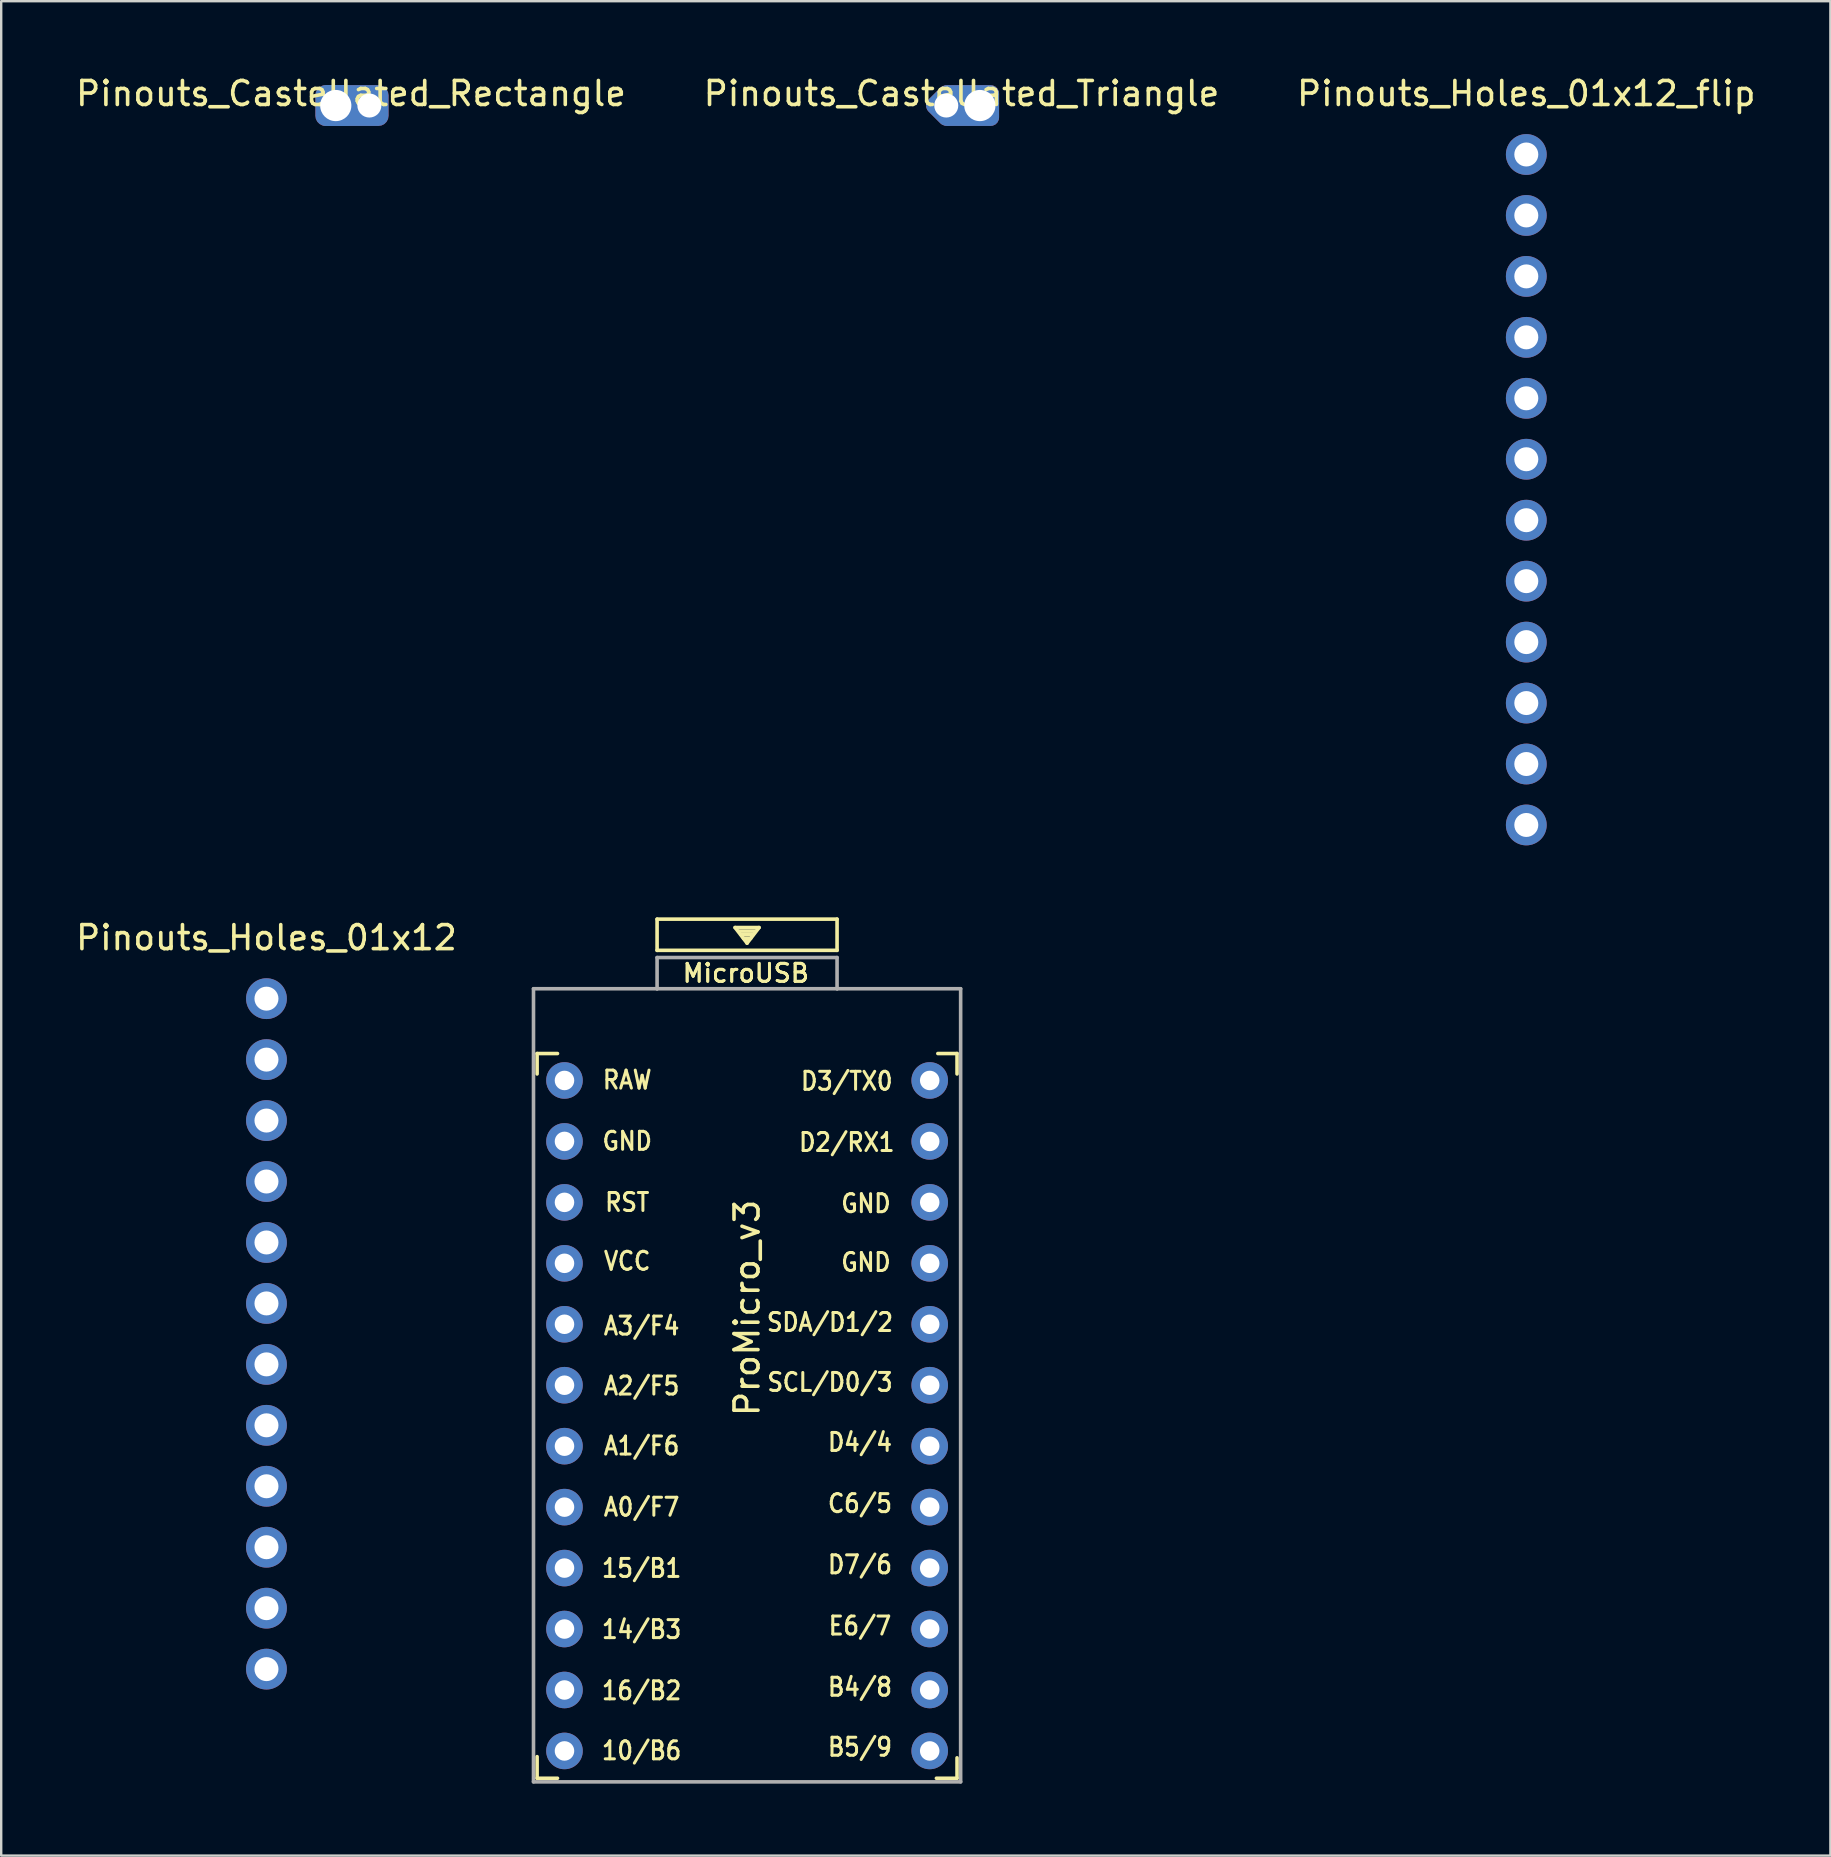
<source format=kicad_pcb>
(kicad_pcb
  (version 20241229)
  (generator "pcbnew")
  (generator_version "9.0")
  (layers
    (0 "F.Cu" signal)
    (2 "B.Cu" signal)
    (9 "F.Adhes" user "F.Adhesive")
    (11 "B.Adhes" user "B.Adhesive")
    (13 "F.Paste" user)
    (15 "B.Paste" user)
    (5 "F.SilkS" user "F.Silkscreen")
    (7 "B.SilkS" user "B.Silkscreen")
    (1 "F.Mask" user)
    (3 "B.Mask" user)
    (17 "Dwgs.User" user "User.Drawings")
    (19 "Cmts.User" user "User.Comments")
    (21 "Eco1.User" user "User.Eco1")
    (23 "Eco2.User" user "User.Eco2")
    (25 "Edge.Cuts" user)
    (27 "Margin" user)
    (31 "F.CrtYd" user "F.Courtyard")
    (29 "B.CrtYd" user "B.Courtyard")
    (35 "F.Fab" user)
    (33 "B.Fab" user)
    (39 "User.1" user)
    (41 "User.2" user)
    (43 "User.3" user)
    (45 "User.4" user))
  (footprint "Pinouts_Castellated_Rectangle"
    (layer "F.Cu")
    (at 11.577 1.348)
    (property "Reference" "Pinouts_Castellated_Rectangle" (at 0 -0.5 0) (unlocked yes) (layer "F.SilkS") (effects (font (size 1 1) (thickness 0.15))))
    (attr through_hole)
    (pad "" thru_hole roundrect (at -0.635 0 180) (size 1.7 1.7) (drill 1.3) (property pad_prop_castellated) (layers "*.Cu" "*.Mask") (roundrect_rratio 0.25))
    (pad "" thru_hole roundrect (at 0.765 0) (size 3 1.7) (drill 1 (offset -0.7 0)) (layers "*.Cu" "*.Mask") (roundrect_rratio 0.25)))
  (footprint "Pinouts_Castellated_Triangle"
    (layer "F.Cu")
    (at 37.018 1.348)
    (property "Reference" "Pinouts_Castellated_Triangle" (at 0 -0.5 0) (unlocked yes) (layer "F.SilkS") (effects (font (size 1 1) (thickness 0.15))))
    (attr through_hole)
    (pad "" thru_hole roundrect (at -0.635 0 45) (size 1.4 1.4) (drill 1) (layers "*.Cu" "*.Mask") (roundrect_rratio 0.25))
    (pad "" thru_hole roundrect (at 0.765 0) (size 2.49 1.7) (drill 1.3 (offset -0.445 0)) (property pad_prop_castellated) (layers "*.Cu" "*.Mask") (roundrect_rratio 0.206)))
  (footprint "Pinouts_Holes_01x12_flip"
    (layer "F.Cu")
    (at 60.554 3.388)
    (property "Reference" "Pinouts_Holes_01x12_flip" (at 0 -2.54 0) (layer "F.SilkS") (effects (font (size 1 1) (thickness 0.15))))
    (attr through_hole)
    (pad "1" thru_hole circle (at 0 0) (size 1.7 1.7) (drill 1) (layers "*.Cu" "*.Mask"))
    (pad "2" thru_hole circle (at 0 2.54) (size 1.7 1.7) (drill 1) (layers "*.Cu" "*.Mask"))
    (pad "3" thru_hole circle (at 0 5.08) (size 1.7 1.7) (drill 1) (layers "*.Cu" "*.Mask"))
    (pad "4" thru_hole circle (at 0 7.62) (size 1.7 1.7) (drill 1) (layers "*.Cu" "*.Mask"))
    (pad "5" thru_hole circle (at 0 10.16) (size 1.7 1.7) (drill 1) (layers "*.Cu" "*.Mask"))
    (pad "6" thru_hole circle (at 0 12.7) (size 1.7 1.7) (drill 1) (layers "*.Cu" "*.Mask"))
    (pad "7" thru_hole circle (at 0 15.24) (size 1.7 1.7) (drill 1) (layers "*.Cu" "*.Mask"))
    (pad "8" thru_hole circle (at 0 17.78) (size 1.7 1.7) (drill 1) (layers "*.Cu" "*.Mask"))
    (pad "9" thru_hole circle (at 0 20.32) (size 1.7 1.7) (drill 1) (layers "*.Cu" "*.Mask"))
    (pad "10" thru_hole circle (at 0 22.86) (size 1.7 1.7) (drill 1) (layers "*.Cu" "*.Mask"))
    (pad "11" thru_hole circle (at 0 25.4) (size 1.7 1.7) (drill 1) (layers "*.Cu" "*.Mask"))
    (pad "12" thru_hole circle (at 0 27.94) (size 1.7 1.7) (drill 1) (layers "*.Cu" "*.Mask")))
  (footprint "Pinouts_Holes_01x12"
    (layer "F.Cu")
    (at 8.054 38.566)
    (property "Reference" "Pinouts_Holes_01x12" (at 0 -2.54 0) (layer "F.SilkS") (effects (font (size 1 1) (thickness 0.15))))
    (attr through_hole)
    (pad "1" thru_hole circle (at 0 0) (size 1.7 1.7) (drill 1) (layers "*.Cu" "*.Mask"))
    (pad "2" thru_hole circle (at 0 2.54) (size 1.7 1.7) (drill 1) (layers "*.Cu" "*.Mask"))
    (pad "3" thru_hole circle (at 0 5.08) (size 1.7 1.7) (drill 1) (layers "*.Cu" "*.Mask"))
    (pad "4" thru_hole circle (at 0 7.62) (size 1.7 1.7) (drill 1) (layers "*.Cu" "*.Mask"))
    (pad "5" thru_hole circle (at 0 10.16) (size 1.7 1.7) (drill 1) (layers "*.Cu" "*.Mask"))
    (pad "6" thru_hole circle (at 0 12.7) (size 1.7 1.7) (drill 1) (layers "*.Cu" "*.Mask"))
    (pad "7" thru_hole circle (at 0 15.24) (size 1.7 1.7) (drill 1) (layers "*.Cu" "*.Mask"))
    (pad "8" thru_hole circle (at 0 17.78) (size 1.7 1.7) (drill 1) (layers "*.Cu" "*.Mask"))
    (pad "9" thru_hole circle (at 0 20.32) (size 1.7 1.7) (drill 1) (layers "*.Cu" "*.Mask"))
    (pad "10" thru_hole circle (at 0 22.86) (size 1.7 1.7) (drill 1) (layers "*.Cu" "*.Mask"))
    (pad "11" thru_hole circle (at 0 25.4) (size 1.7 1.7) (drill 1) (layers "*.Cu" "*.Mask"))
    (pad "12" thru_hole circle (at 0 27.94) (size 1.7 1.7) (drill 1) (layers "*.Cu" "*.Mask")))
  (footprint "ProMicro_v3"
    (layer "F.Cu")
    (at 28.082 56.453)
    (property "Reference" "ProMicro_v3" (at 0 -5 270) (layer "F.SilkS") (effects (font (size 1 1) (thickness 0.15))))
    (attr through_hole)
    (fp_line (start -8.75 -15.6) (end -8.75 -14.75) (stroke (width 0.15) (type solid)) (layer "F.SilkS"))
    (fp_line (start -8.75 -15.6) (end -7.9 -15.6) (stroke (width 0.15) (type solid)) (layer "F.SilkS"))
    (fp_line (start -8.75 13.7) (end -8.75 14.6) (stroke (width 0.15) (type solid)) (layer "F.SilkS"))
    (fp_line (start -8.75 14.6) (end -7.9 14.6) (stroke (width 0.15) (type solid)) (layer "F.SilkS"))
    (fp_line (start -3.75 -21.2) (end -3.75 -19.9) (stroke (width 0.15) (type solid)) (layer "F.SilkS"))
    (fp_line (start -3.75 -19.9) (end 3.75 -19.9) (stroke (width 0.15) (type solid)) (layer "F.SilkS"))
    (fp_line (start -0.5 -20.85) (end 0.5 -20.85) (stroke (width 0.15) (type solid)) (layer "F.SilkS"))
    (fp_line (start -0.35 -20.7) (end 0.35 -20.7) (stroke (width 0.15) (type solid)) (layer "F.SilkS"))
    (fp_line (start -0.25 -20.55) (end 0.25 -20.55) (stroke (width 0.15) (type solid)) (layer "F.SilkS"))
    (fp_line (start -0.15 -20.4) (end 0.15 -20.4) (stroke (width 0.15) (type solid)) (layer "F.SilkS"))
    (fp_line (start 0 -20.2) (end -0.5 -20.85) (stroke (width 0.15) (type solid)) (layer "F.SilkS"))
    (fp_line (start 0.5 -20.85) (end 0 -20.2) (stroke (width 0.15) (type solid)) (layer "F.SilkS"))
    (fp_line (start 3.75 -21.2) (end -3.75 -21.2) (stroke (width 0.15) (type solid)) (layer "F.SilkS"))
    (fp_line (start 3.75 -19.9) (end 3.75 -21.2) (stroke (width 0.15) (type solid)) (layer "F.SilkS"))
    (fp_line (start 8.75 -15.6) (end 7.95 -15.6) (stroke (width 0.15) (type solid)) (layer "F.SilkS"))
    (fp_line (start 8.75 -15.6) (end 8.75 -14.75) (stroke (width 0.15) (type solid)) (layer "F.SilkS"))
    (fp_line (start 8.75 13.75) (end 8.75 14.6) (stroke (width 0.15) (type solid)) (layer "F.SilkS"))
    (fp_line (start 8.75 14.6) (end 7.89 14.6) (stroke (width 0.15) (type solid)) (layer "F.SilkS"))
    (fp_line (start -8.9 -18.3) (end -3.75 -18.3) (stroke (width 0.15) (type solid)) (layer "F.Fab"))
    (fp_line (start -8.9 14.75) (end -8.9 -18.3) (stroke (width 0.15) (type solid)) (layer "F.Fab"))
    (fp_line (start -3.75 -19.6) (end -3.75 -18.299) (stroke (width 0.15) (type solid)) (layer "F.Fab"))
    (fp_line (start -3.75 -19.6) (end 3.75 -19.6) (stroke (width 0.15) (type solid)) (layer "F.Fab"))
    (fp_line (start -3.75 -18.3) (end 3.75 -18.3) (stroke (width 0.15) (type solid)) (layer "F.Fab"))
    (fp_line (start 3.75 -19.6) (end 3.75 -18.3) (stroke (width 0.15) (type solid)) (layer "F.Fab"))
    (fp_line (start 3.76 -18.3) (end 8.9 -18.3) (stroke (width 0.15) (type solid)) (layer "F.Fab"))
    (fp_line (start 8.9 -18.3) (end 8.9 14.75) (stroke (width 0.15) (type solid)) (layer "F.Fab"))
    (fp_line (start 8.9 14.75) (end -8.9 14.75) (stroke (width 0.15) (type solid)) (layer "F.Fab"))
    (fp_text user "A0/F7" (at -4.395 3.3 0) (unlocked yes) (layer "F.SilkS") (effects (font (size 0.75 0.67) (thickness 0.125))))
    (fp_text user "B5/9" (at 4.705 13.3 0) (unlocked yes) (layer "F.SilkS") (effects (font (size 0.75 0.67) (thickness 0.125))))
    (fp_text user "A2/F5" (at -4.395 -1.75 0) (unlocked yes) (layer "F.SilkS") (effects (font (size 0.75 0.67) (thickness 0.125))))
    (fp_text user "C6/5" (at 4.705 3.15 0) (unlocked yes) (layer "F.SilkS") (effects (font (size 0.75 0.67) (thickness 0.125))))
    (fp_text user "D4/4" (at 4.705 0.6 0) (unlocked yes) (layer "F.SilkS") (effects (font (size 0.75 0.67) (thickness 0.125))))
    (fp_text user "GND" (at 4.955 -9.35 0) (unlocked yes) (layer "F.SilkS") (effects (font (size 0.75 0.67) (thickness 0.125))))
    (fp_text user "VCC" (at -4.995 -6.95 0) (unlocked yes) (layer "F.SilkS") (effects (font (size 0.75 0.67) (thickness 0.125))))
    (fp_text user "15/B1" (at -4.395 5.85 0) (unlocked yes) (layer "F.SilkS") (effects (font (size 0.75 0.67) (thickness 0.125))))
    (fp_text user "RAW" (at -4.995 -14.5 0) (unlocked yes) (layer "F.SilkS") (effects (font (size 0.75 0.67) (thickness 0.125))))
    (fp_text user "MicroUSB" (at -0.05 -18.95 0) (layer "F.SilkS") (effects (font (size 0.75 0.75) (thickness 0.12))))
    (fp_text user "A1/F6" (at -4.395 0.75 0) (unlocked yes) (layer "F.SilkS") (effects (font (size 0.75 0.67) (thickness 0.125))))
    (fp_text user "B4/8" (at 4.705 10.8 0) (unlocked yes) (layer "F.SilkS") (effects (font (size 0.75 0.67) (thickness 0.125))))
    (fp_text user "10/B6" (at -4.395 13.45 0) (unlocked yes) (layer "F.SilkS") (effects (font (size 0.75 0.67) (thickness 0.125))))
    (fp_text user "14/B3" (at -4.395 8.4 0) (unlocked yes) (layer "F.SilkS") (effects (font (size 0.75 0.67) (thickness 0.125))))
    (fp_text user "A3/F4" (at -4.395 -4.25 0) (unlocked yes) (layer "F.SilkS") (effects (font (size 0.75 0.67) (thickness 0.125))))
    (fp_text user "16/B2" (at -4.395 10.95 0) (unlocked yes) (layer "F.SilkS") (effects (font (size 0.75 0.67) (thickness 0.125))))
    (fp_text user "D3/TX0" (at 4.155 -14.45 0) (unlocked yes) (layer "F.SilkS") (effects (font (size 0.75 0.67) (thickness 0.125))))
    (fp_text user "D7/6" (at 4.705 5.7 0) (unlocked yes) (layer "F.SilkS") (effects (font (size 0.75 0.67) (thickness 0.125))))
    (fp_text user "GND" (at 4.955 -6.9 0) (unlocked yes) (layer "F.SilkS") (effects (font (size 0.75 0.67) (thickness 0.125))))
    (fp_text user "RST" (at -4.995 -9.4 0) (unlocked yes) (layer "F.SilkS") (effects (font (size 0.75 0.67) (thickness 0.125))))
    (fp_text user "SDA/D1/2" (at 3.455 -4.4 0) (unlocked yes) (layer "F.SilkS") (effects (font (size 0.75 0.67) (thickness 0.125))))
    (fp_text user "D2/RX1" (at 4.155 -11.9 0) (unlocked yes) (layer "F.SilkS") (effects (font (size 0.75 0.67) (thickness 0.125))))
    (fp_text user "E6/7" (at 4.705 8.25 0) (unlocked yes) (layer "F.SilkS") (effects (font (size 0.75 0.67) (thickness 0.125))))
    (fp_text user "GND" (at -4.995 -11.95 0) (unlocked yes) (layer "F.SilkS") (effects (font (size 0.75 0.67) (thickness 0.125))))
    (fp_text user "SCL/D0/3" (at 3.455 -1.9 0) (unlocked yes) (layer "F.SilkS") (effects (font (size 0.75 0.67) (thickness 0.125))))
    (fp_text user "MicroUSB" (at -0.05 -18.95 0) (layer "F.SilkS") (effects (font (size 0.75 0.75) (thickness 0.12))))
    (pad "1" thru_hole circle (at 7.611 -14.478) (size 1.524 1.524) (drill 0.813) (layers "*.Cu" "B.Mask"))
    (pad "2" thru_hole circle (at 7.611 -11.938) (size 1.524 1.524) (drill 0.813) (layers "*.Cu" "B.Mask"))
    (pad "3" thru_hole circle (at 7.611 -9.398) (size 1.524 1.524) (drill 0.813) (layers "*.Cu" "B.Mask"))
    (pad "4" thru_hole circle (at 7.611 -6.858) (size 1.524 1.524) (drill 0.813) (layers "*.Cu" "B.Mask"))
    (pad "5" thru_hole circle (at 7.611 -4.318) (size 1.524 1.524) (drill 0.813) (layers "*.Cu" "B.Mask"))
    (pad "6" thru_hole circle (at 7.611 -1.778) (size 1.524 1.524) (drill 0.813) (layers "*.Cu" "B.Mask"))
    (pad "7" thru_hole circle (at 7.611 0.762) (size 1.524 1.524) (drill 0.813) (layers "*.Cu" "B.Mask"))
    (pad "8" thru_hole circle (at 7.611 3.302) (size 1.524 1.524) (drill 0.813) (layers "*.Cu" "B.Mask"))
    (pad "9" thru_hole circle (at 7.611 5.842) (size 1.524 1.524) (drill 0.813) (layers "*.Cu" "B.Mask"))
    (pad "10" thru_hole circle (at 7.611 8.382) (size 1.524 1.524) (drill 0.813) (layers "*.Cu" "B.Mask"))
    (pad "11" thru_hole circle (at 7.611 10.922) (size 1.524 1.524) (drill 0.813) (layers "*.Cu" "B.Mask"))
    (pad "12" thru_hole circle (at 7.611 13.462) (size 1.524 1.524) (drill 0.813) (layers "*.Cu" "B.Mask"))
    (pad "13" thru_hole circle (at -7.609 13.462) (size 1.524 1.524) (drill 0.813) (layers "*.Cu" "B.Mask"))
    (pad "14" thru_hole circle (at -7.609 10.922) (size 1.524 1.524) (drill 0.813) (layers "*.Cu" "B.Mask"))
    (pad "15" thru_hole circle (at -7.609 8.382) (size 1.524 1.524) (drill 0.813) (layers "*.Cu" "B.Mask"))
    (pad "16" thru_hole circle (at -7.609 5.842) (size 1.524 1.524) (drill 0.813) (layers "*.Cu" "B.Mask"))
    (pad "17" thru_hole circle (at -7.609 3.302) (size 1.524 1.524) (drill 0.813) (layers "*.Cu" "B.Mask"))
    (pad "18" thru_hole circle (at -7.609 0.762) (size 1.524 1.524) (drill 0.813) (layers "*.Cu" "B.Mask"))
    (pad "19" thru_hole circle (at -7.609 -1.778) (size 1.524 1.524) (drill 0.813) (layers "*.Cu" "B.Mask"))
    (pad "20" thru_hole circle (at -7.609 -4.318) (size 1.524 1.524) (drill 0.813) (layers "*.Cu" "B.Mask"))
    (pad "21" thru_hole circle (at -7.609 -6.858) (size 1.524 1.524) (drill 0.813) (layers "*.Cu" "B.Mask"))
    (pad "22" thru_hole circle (at -7.609 -9.398) (size 1.524 1.524) (drill 0.813) (layers "*.Cu" "B.Mask"))
    (pad "23" thru_hole circle (at -7.609 -11.938) (size 1.524 1.524) (drill 0.813) (layers "*.Cu" "B.Mask"))
    (pad "24" thru_hole circle (at -7.609 -14.478) (size 1.524 1.524) (drill 0.813) (layers "*.Cu" "B.Mask")))
  (gr_rect
    (start -3 -3)
    (end 73.226 74.278)
    (stroke (width 0.1) (type default))
    (fill no)
    (layer "Edge.Cuts")))
</source>
